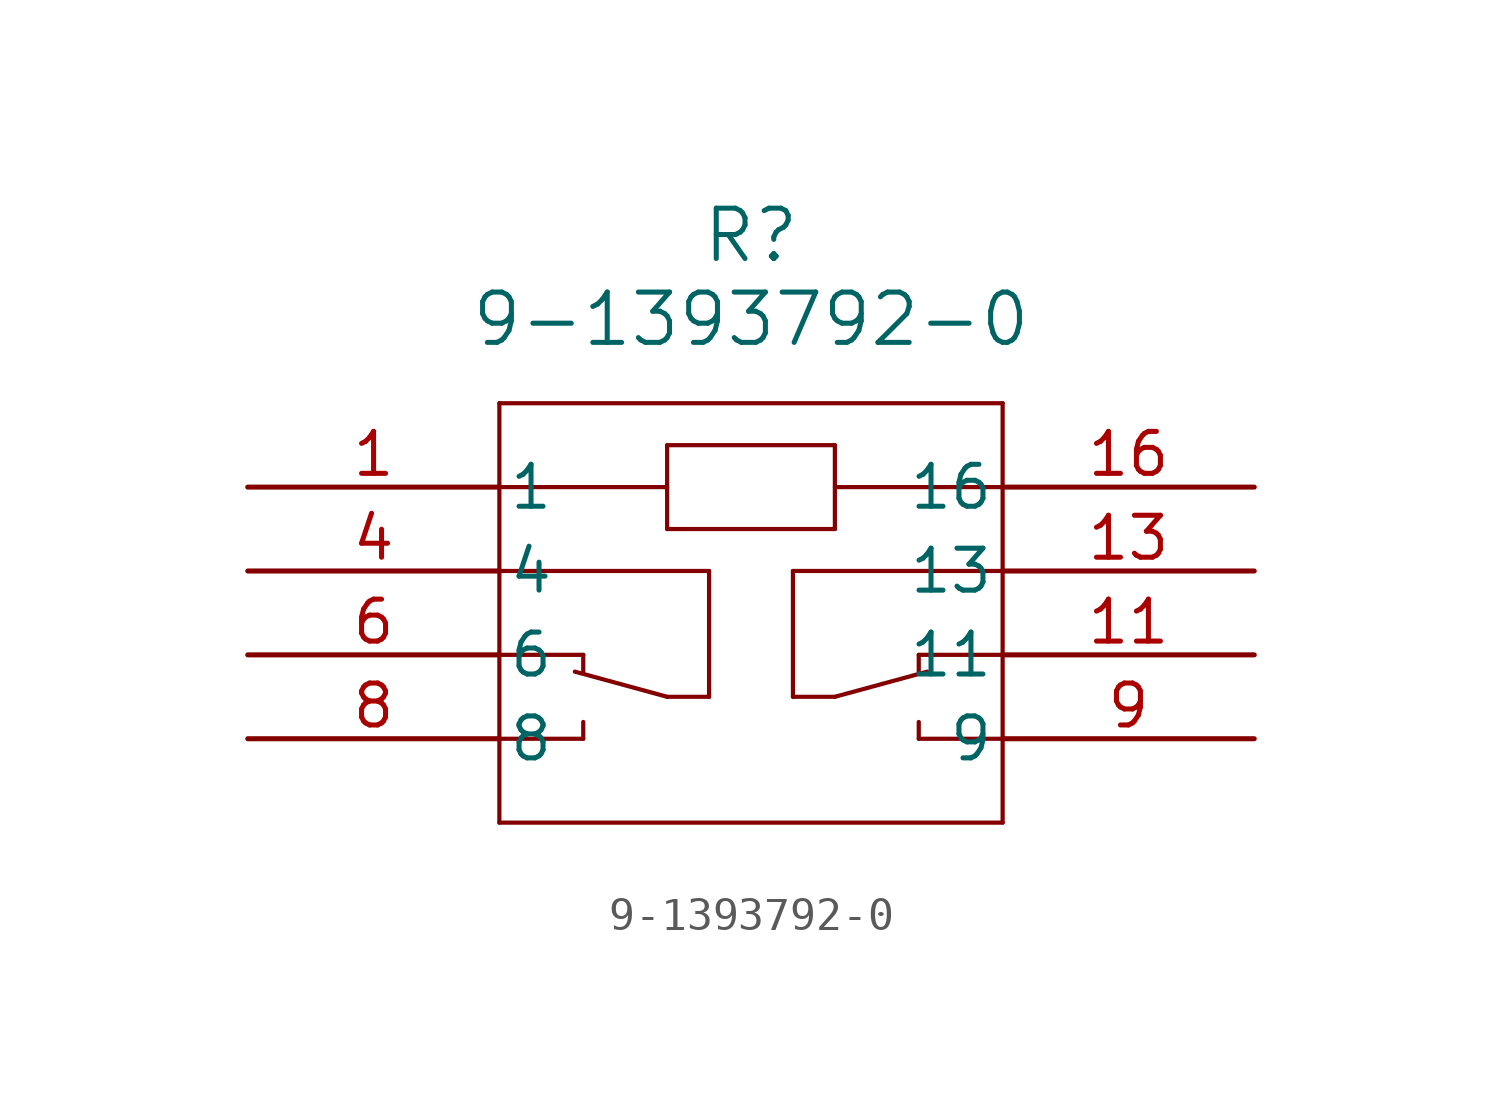
<source format=kicad_sym>
(kicad_symbol_lib
  (version 20231120)
  (generator "kicad_symbol_editor")
  (generator_version "8.0")
  (symbol "9-1393792-0"
    (pin_names
      (offset 0.254))
    (property "Reference" "R"
      (at 15.24 7.62 0)
      (effects (font (size 1.524 1.524))))
    (property "Value" "9-1393792-0"
      (at 15.24 5.08 0)
      (effects (font (size 1.524 1.524))))
    (symbol "9-1393792-0_0_1"
      (polyline (pts (xy 7.62 -10.16) (xy 22.86 -10.16)) (stroke (width 0.127) (type default)) (fill (type none)))
      (polyline (pts (xy 7.62 -7.62) (xy 10.16 -7.62)) (stroke (width 0.127) (type default)) (fill (type none)))
      (polyline (pts (xy 7.62 -5.08) (xy 10.16 -5.08)) (stroke (width 0.127) (type default)) (fill (type none)))
      (polyline (pts (xy 7.62 0) (xy 12.7 0)) (stroke (width 0.127) (type default)) (fill (type none)))
      (polyline (pts (xy 7.62 2.54) (xy 7.62 -10.16)) (stroke (width 0.127) (type default)) (fill (type none)))
      (polyline (pts (xy 9.906 -5.588) (xy 12.7 -6.35)) (stroke (width 0.127) (type default)) (fill (type none)))
      (polyline (pts (xy 10.16 -7.112) (xy 10.16 -7.62)) (stroke (width 0.127) (type default)) (fill (type none)))
      (polyline (pts (xy 10.16 -5.08) (xy 10.16 -5.588)) (stroke (width 0.127) (type default)) (fill (type none)))
      (polyline (pts (xy 12.7 -6.35) (xy 13.97 -6.35)) (stroke (width 0.127) (type default)) (fill (type none)))
      (polyline (pts (xy 12.7 -1.27) (xy 17.78 -1.27)) (stroke (width 0.127) (type default)) (fill (type none)))
      (polyline (pts (xy 12.7 1.27) (xy 12.7 -1.27)) (stroke (width 0.127) (type default)) (fill (type none)))
      (polyline (pts (xy 13.97 -6.35) (xy 13.97 -2.54)) (stroke (width 0.127) (type default)) (fill (type none)))
      (polyline (pts (xy 13.97 -2.54) (xy 7.62 -2.54)) (stroke (width 0.127) (type default)) (fill (type none)))
      (polyline (pts (xy 16.51 -6.35) (xy 16.51 -2.54)) (stroke (width 0.127) (type default)) (fill (type none)))
      (polyline (pts (xy 16.51 -2.54) (xy 22.86 -2.54)) (stroke (width 0.127) (type default)) (fill (type none)))
      (polyline (pts (xy 17.78 -6.35) (xy 16.51 -6.35)) (stroke (width 0.127) (type default)) (fill (type none)))
      (polyline (pts (xy 17.78 -1.27) (xy 17.78 1.27)) (stroke (width 0.127) (type default)) (fill (type none)))
      (polyline (pts (xy 17.78 0) (xy 22.86 0)) (stroke (width 0.127) (type default)) (fill (type none)))
      (polyline (pts (xy 17.78 1.27) (xy 12.7 1.27)) (stroke (width 0.127) (type default)) (fill (type none)))
      (polyline (pts (xy 20.32 -7.112) (xy 20.32 -7.62)) (stroke (width 0.127) (type default)) (fill (type none)))
      (polyline (pts (xy 20.32 -5.08) (xy 20.32 -5.588)) (stroke (width 0.127) (type default)) (fill (type none)))
      (polyline (pts (xy 20.574 -5.588) (xy 17.78 -6.35)) (stroke (width 0.127) (type default)) (fill (type none)))
      (polyline (pts (xy 22.86 -10.16) (xy 22.86 2.54)) (stroke (width 0.127) (type default)) (fill (type none)))
      (polyline (pts (xy 22.86 -7.62) (xy 20.32 -7.62)) (stroke (width 0.127) (type default)) (fill (type none)))
      (polyline (pts (xy 22.86 -5.08) (xy 20.32 -5.08)) (stroke (width 0.127) (type default)) (fill (type none)))
      (polyline (pts (xy 22.86 2.54) (xy 7.62 2.54)) (stroke (width 0.127) (type default)) (fill (type none)))
      (pin unspecified line (at 0 0 0) (length 7.62) (name "1" (effects (font (size 1.27 1.27)))) (number "1" (effects (font (size 1.27 1.27)))))
      (pin unspecified line (at 30.48 -5.08 180) (length 7.62) (name "11" (effects (font (size 1.27 1.27)))) (number "11" (effects (font (size 1.27 1.27)))))
      (pin unspecified line (at 30.48 -2.54 180) (length 7.62) (name "13" (effects (font (size 1.27 1.27)))) (number "13" (effects (font (size 1.27 1.27)))))
      (pin unspecified line (at 30.48 0 180) (length 7.62) (name "16" (effects (font (size 1.27 1.27)))) (number "16" (effects (font (size 1.27 1.27)))))
      (pin unspecified line (at 0 -2.54 0) (length 7.62) (name "4" (effects (font (size 1.27 1.27)))) (number "4" (effects (font (size 1.27 1.27)))))
      (pin unspecified line (at 0 -5.08 0) (length 7.62) (name "6" (effects (font (size 1.27 1.27)))) (number "6" (effects (font (size 1.27 1.27)))))
      (pin unspecified line (at 0 -7.62 0) (length 7.62) (name "8" (effects (font (size 1.27 1.27)))) (number "8" (effects (font (size 1.27 1.27)))))
      (pin unspecified line (at 30.48 -7.62 180) (length 7.62) (name "9" (effects (font (size 1.27 1.27)))) (number "9" (effects (font (size 1.27 1.27))))))))
</source>
